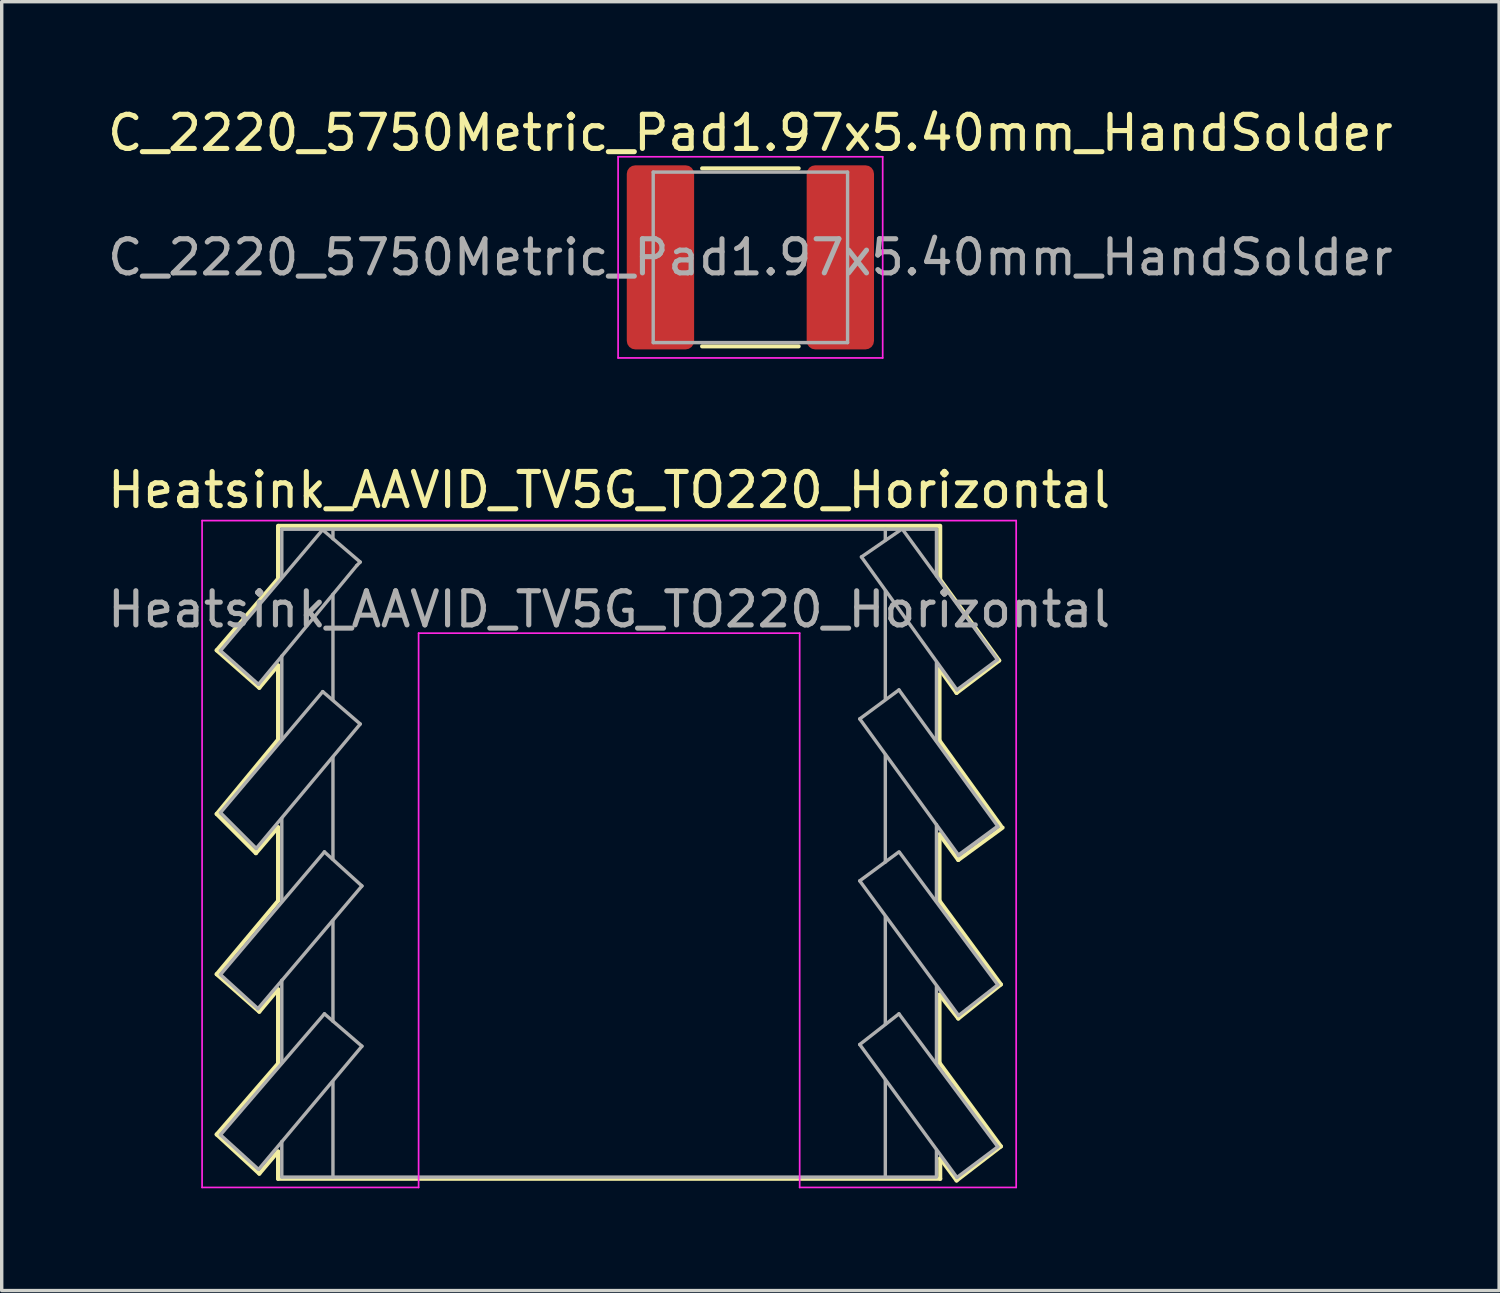
<source format=kicad_pcb>
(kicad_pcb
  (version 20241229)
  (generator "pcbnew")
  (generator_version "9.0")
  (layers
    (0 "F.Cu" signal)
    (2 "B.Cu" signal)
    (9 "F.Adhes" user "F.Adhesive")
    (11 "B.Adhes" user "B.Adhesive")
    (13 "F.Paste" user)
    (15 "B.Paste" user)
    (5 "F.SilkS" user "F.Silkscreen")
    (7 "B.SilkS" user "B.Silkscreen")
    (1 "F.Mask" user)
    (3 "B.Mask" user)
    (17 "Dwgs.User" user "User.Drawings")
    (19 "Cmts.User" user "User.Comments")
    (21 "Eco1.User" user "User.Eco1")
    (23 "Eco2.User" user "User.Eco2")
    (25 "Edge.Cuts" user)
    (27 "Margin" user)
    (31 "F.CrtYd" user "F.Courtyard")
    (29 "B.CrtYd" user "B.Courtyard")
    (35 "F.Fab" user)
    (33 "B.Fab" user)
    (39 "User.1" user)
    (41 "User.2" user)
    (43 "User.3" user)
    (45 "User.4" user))
  (footprint "Heatsink_AAVID_TV5G_TO220_Horizontal"
    (layer "F.Cu")
    (at 14.815 18.822)
    (property "Reference" "Heatsink_AAVID_TV5G_TO220_Horizontal" (at 0 -7.5 0) (layer "F.SilkS") (effects (font (size 1 1) (thickness 0.15))))
    (attr through_hole)
    (fp_line (start -11.51 -2.8) (end -9.7 -4.91) (stroke (width 0.12) (type solid)) (layer "F.SilkS"))
    (fp_line (start -11.51 2) (end -9.71 -0.18) (stroke (width 0.12) (type solid)) (layer "F.SilkS"))
    (fp_line (start -11.51 6.7) (end -9.71 4.55) (stroke (width 0.12) (type solid)) (layer "F.SilkS"))
    (fp_line (start -11.51 11.4) (end -9.71 9.32) (stroke (width 0.12) (type solid)) (layer "F.SilkS"))
    (fp_line (start -10.36 3.15) (end -11.51 2) (stroke (width 0.12) (type solid)) (layer "F.SilkS"))
    (fp_line (start -10.26 -1.7) (end -11.51 -2.8) (stroke (width 0.12) (type solid)) (layer "F.SilkS"))
    (fp_line (start -10.26 7.8) (end -11.51 6.7) (stroke (width 0.12) (type solid)) (layer "F.SilkS"))
    (fp_line (start -10.26 12.55) (end -11.51 11.4) (stroke (width 0.12) (type solid)) (layer "F.SilkS"))
    (fp_line (start -9.71 -4.94) (end -9.71 -6.45) (stroke (width 0.12) (type solid)) (layer "F.SilkS"))
    (fp_line (start -9.71 -2.36) (end -10.26 -1.7) (stroke (width 0.12) (type solid)) (layer "F.SilkS"))
    (fp_line (start -9.71 -0.19) (end -9.71 -2.35) (stroke (width 0.12) (type solid)) (layer "F.SilkS"))
    (fp_line (start -9.71 2.39) (end -10.36 3.15) (stroke (width 0.12) (type solid)) (layer "F.SilkS"))
    (fp_line (start -9.71 4.54) (end -9.71 2.39) (stroke (width 0.12) (type solid)) (layer "F.SilkS"))
    (fp_line (start -9.71 7.14) (end -10.26 7.8) (stroke (width 0.12) (type solid)) (layer "F.SilkS"))
    (fp_line (start -9.71 9.32) (end -9.71 7.15) (stroke (width 0.12) (type solid)) (layer "F.SilkS"))
    (fp_line (start -9.71 11.9) (end -10.26 12.55) (stroke (width 0.12) (type solid)) (layer "F.SilkS"))
    (fp_line (start -9.71 12.7) (end -9.71 11.9) (stroke (width 0.12) (type solid)) (layer "F.SilkS"))
    (fp_line (start -9.69 -6.45) (end 9.69 -6.45) (stroke (width 0.12) (type solid)) (layer "F.SilkS"))
    (fp_line (start 9.69 -4.9) (end 11.44 -2.5) (stroke (width 0.12) (type solid)) (layer "F.SilkS"))
    (fp_line (start 9.69 -2.25) (end 9.69 -0.15) (stroke (width 0.12) (type solid)) (layer "F.SilkS"))
    (fp_line (start 9.69 -0.15) (end 11.49 2.35) (stroke (width 0.12) (type solid)) (layer "F.SilkS"))
    (fp_line (start 9.69 2.6) (end 9.69 4.55) (stroke (width 0.12) (type solid)) (layer "F.SilkS"))
    (fp_line (start 9.69 4.55) (end 11.49 7) (stroke (width 0.12) (type solid)) (layer "F.SilkS"))
    (fp_line (start 9.69 7.3) (end 9.69 9.3) (stroke (width 0.12) (type solid)) (layer "F.SilkS"))
    (fp_line (start 9.69 9.3) (end 11.49 11.75) (stroke (width 0.12) (type solid)) (layer "F.SilkS"))
    (fp_line (start 9.71 -6.45) (end 9.71 -4.9) (stroke (width 0.12) (type solid)) (layer "F.SilkS"))
    (fp_line (start 9.71 12.1) (end 9.71 12.7) (stroke (width 0.12) (type solid)) (layer "F.SilkS"))
    (fp_line (start 9.71 12.7) (end -9.71 12.7) (stroke (width 0.12) (type solid)) (layer "F.SilkS"))
    (fp_line (start 10.19 -1.55) (end 9.69 -2.25) (stroke (width 0.12) (type solid)) (layer "F.SilkS"))
    (fp_line (start 10.19 12.75) (end 9.71 12.1) (stroke (width 0.12) (type solid)) (layer "F.SilkS"))
    (fp_line (start 10.24 3.35) (end 9.69 2.6) (stroke (width 0.12) (type solid)) (layer "F.SilkS"))
    (fp_line (start 10.24 8) (end 9.69 7.3) (stroke (width 0.12) (type solid)) (layer "F.SilkS"))
    (fp_line (start 11.44 -2.5) (end 10.19 -1.55) (stroke (width 0.12) (type solid)) (layer "F.SilkS"))
    (fp_line (start 11.49 7) (end 10.24 8) (stroke (width 0.12) (type solid)) (layer "F.SilkS"))
    (fp_line (start 11.49 11.75) (end 10.19 12.75) (stroke (width 0.12) (type solid)) (layer "F.SilkS"))
    (fp_line (start 11.54 2.4) (end 10.24 3.35) (stroke (width 0.12) (type solid)) (layer "F.SilkS"))
    (fp_line (start -11.938 -6.604) (end -11.938 12.954) (stroke (width 0.05) (type default)) (layer "F.CrtYd"))
    (fp_line (start -11.938 12.954) (end -5.588 12.954) (stroke (width 0.05) (type default)) (layer "F.CrtYd"))
    (fp_line (start -5.588 -3.302) (end 5.588 -3.302) (stroke (width 0.05) (type default)) (layer "F.CrtYd"))
    (fp_line (start -5.588 12.954) (end -5.588 -3.302) (stroke (width 0.05) (type default)) (layer "F.CrtYd"))
    (fp_line (start 5.588 -3.302) (end 5.588 12.954) (stroke (width 0.05) (type default)) (layer "F.CrtYd"))
    (fp_line (start 5.588 12.954) (end 11.938 12.954) (stroke (width 0.05) (type default)) (layer "F.CrtYd"))
    (fp_line (start 11.938 -6.604) (end -11.938 -6.604) (stroke (width 0.05) (type default)) (layer "F.CrtYd"))
    (fp_line (start 11.938 12.954) (end 11.938 -6.604) (stroke (width 0.05) (type default)) (layer "F.CrtYd"))
    (fp_line (start -11.4 -2.788) (end -10.285 -1.8) (stroke (width 0.1) (type solid)) (layer "F.Fab"))
    (fp_line (start -11.4 1.962) (end -10.35 3.012) (stroke (width 0.1) (type solid)) (layer "F.Fab"))
    (fp_line (start -11.4 1.962) (end -8.4 -1.588) (stroke (width 0.1) (type solid)) (layer "F.Fab"))
    (fp_line (start -11.4 6.712) (end -8.35 3.112) (stroke (width 0.1) (type solid)) (layer "F.Fab"))
    (fp_line (start -11.4 11.412) (end -10.285 12.425) (stroke (width 0.1) (type solid)) (layer "F.Fab"))
    (fp_line (start -11.4 11.412) (end -8.35 7.862) (stroke (width 0.1) (type solid)) (layer "F.Fab"))
    (fp_line (start -10.35 3.012) (end -7.3 -0.638) (stroke (width 0.1) (type solid)) (layer "F.Fab"))
    (fp_line (start -10.3 7.712) (end -11.4 6.712) (stroke (width 0.1) (type solid)) (layer "F.Fab"))
    (fp_line (start -10.285 -1.8) (end -7.4 -5.288) (stroke (width 0.1) (type solid)) (layer "F.Fab"))
    (fp_line (start -9.6 -6.35) (end -9.6 -4.95) (stroke (width 0.1) (type solid)) (layer "F.Fab"))
    (fp_line (start -9.6 -2.63) (end -9.6 -0.18) (stroke (width 0.1) (type solid)) (layer "F.Fab"))
    (fp_line (start -9.6 2.13) (end -9.6 4.56) (stroke (width 0.1) (type solid)) (layer "F.Fab"))
    (fp_line (start -9.6 6.88) (end -9.6 9.3) (stroke (width 0.1) (type solid)) (layer "F.Fab"))
    (fp_line (start -9.6 11.61) (end -9.6 12.65) (stroke (width 0.1) (type solid)) (layer "F.Fab"))
    (fp_line (start -9.6 12.65) (end 9.6 12.65) (stroke (width 0.1) (type solid)) (layer "F.Fab"))
    (fp_line (start -8.4 -6.338) (end -11.4 -2.788) (stroke (width 0.1) (type solid)) (layer "F.Fab"))
    (fp_line (start -8.35 -6.288) (end -7.3 -5.388) (stroke (width 0.1) (type solid)) (layer "F.Fab"))
    (fp_line (start -8.35 3.112) (end -7.25 4.112) (stroke (width 0.1) (type solid)) (layer "F.Fab"))
    (fp_line (start -8.35 7.862) (end -7.25 8.812) (stroke (width 0.1) (type solid)) (layer "F.Fab"))
    (fp_line (start -8.1 -6.338) (end -8.1 -6.07) (stroke (width 0.1) (type solid)) (layer "F.Fab"))
    (fp_line (start -8.1 -4.44) (end -8.1 -1.35) (stroke (width 0.1) (type solid)) (layer "F.Fab"))
    (fp_line (start -8.1 0.34) (end -8.1 3.33) (stroke (width 0.1) (type solid)) (layer "F.Fab"))
    (fp_line (start -8.1 5.13) (end -8.1 8.08) (stroke (width 0.1) (type solid)) (layer "F.Fab"))
    (fp_line (start -8.1 9.86) (end -8.1 12.65) (stroke (width 0.1) (type solid)) (layer "F.Fab"))
    (fp_line (start -7.3 -5.388) (end -7.4 -5.288) (stroke (width 0.1) (type solid)) (layer "F.Fab"))
    (fp_line (start -7.3 -0.638) (end -8.4 -1.588) (stroke (width 0.1) (type solid)) (layer "F.Fab"))
    (fp_line (start -7.25 4.112) (end -10.3 7.712) (stroke (width 0.1) (type solid)) (layer "F.Fab"))
    (fp_line (start -7.25 8.812) (end -10.26 12.4) (stroke (width 0.1) (type solid)) (layer "F.Fab"))
    (fp_line (start 7.35 -0.788) (end 8.5 -1.638) (stroke (width 0.1) (type solid)) (layer "F.Fab"))
    (fp_line (start 7.35 3.962) (end 8.5 3.112) (stroke (width 0.1) (type solid)) (layer "F.Fab"))
    (fp_line (start 7.35 8.762) (end 10.2 12.662) (stroke (width 0.1) (type solid)) (layer "F.Fab"))
    (fp_line (start 7.4 -5.538) (end 10.2 -1.638) (stroke (width 0.1) (type solid)) (layer "F.Fab"))
    (fp_line (start 8.1 -6.35) (end 8.1 -6.03) (stroke (width 0.1) (type solid)) (layer "F.Fab"))
    (fp_line (start 8.1 -4.538) (end 8.1 -1.388) (stroke (width 0.1) (type solid)) (layer "F.Fab"))
    (fp_line (start 8.1 0.262) (end 8.1 3.412) (stroke (width 0.1) (type solid)) (layer "F.Fab"))
    (fp_line (start 8.1 5.012) (end 8.1 8.162) (stroke (width 0.1) (type solid)) (layer "F.Fab"))
    (fp_line (start 8.1 9.812) (end 8.1 12.612) (stroke (width 0.1) (type solid)) (layer "F.Fab"))
    (fp_line (start 8.5 -1.638) (end 11.4 2.362) (stroke (width 0.1) (type solid)) (layer "F.Fab"))
    (fp_line (start 8.5 7.862) (end 7.35 8.762) (stroke (width 0.1) (type solid)) (layer "F.Fab"))
    (fp_line (start 8.515 3.125) (end 11.4 7.012) (stroke (width 0.1) (type solid)) (layer "F.Fab"))
    (fp_line (start 8.55 -6.33) (end 7.4 -5.538) (stroke (width 0.1) (type solid)) (layer "F.Fab"))
    (fp_line (start 9.6 -6.35) (end -9.6 -6.35) (stroke (width 0.1) (type solid)) (layer "F.Fab"))
    (fp_line (start 9.6 -6.338) (end 9.6 -4.98) (stroke (width 0.1) (type solid)) (layer "F.Fab"))
    (fp_line (start 9.6 -2.438) (end 9.6 -0.138) (stroke (width 0.1) (type solid)) (layer "F.Fab"))
    (fp_line (start 9.6 2.312) (end 9.6 4.562) (stroke (width 0.1) (type solid)) (layer "F.Fab"))
    (fp_line (start 9.6 7.062) (end 9.6 9.312) (stroke (width 0.1) (type solid)) (layer "F.Fab"))
    (fp_line (start 9.6 11.862) (end 9.6 12.612) (stroke (width 0.1) (type solid)) (layer "F.Fab"))
    (fp_line (start 10.2 -1.638) (end 11.39 -2.525) (stroke (width 0.1) (type solid)) (layer "F.Fab"))
    (fp_line (start 10.2 12.662) (end 11.4 11.762) (stroke (width 0.1) (type solid)) (layer "F.Fab"))
    (fp_line (start 10.25 3.212) (end 7.35 -0.788) (stroke (width 0.1) (type solid)) (layer "F.Fab"))
    (fp_line (start 10.25 7.912) (end 7.35 3.962) (stroke (width 0.1) (type solid)) (layer "F.Fab"))
    (fp_line (start 11.39 -2.525) (end 8.61 -6.34) (stroke (width 0.1) (type solid)) (layer "F.Fab"))
    (fp_line (start 11.39 2.375) (end 10.25 3.212) (stroke (width 0.12) (type solid)) (layer "F.Fab"))
    (fp_line (start 11.4 7.012) (end 10.25 7.912) (stroke (width 0.1) (type solid)) (layer "F.Fab"))
    (fp_line (start 11.4 11.762) (end 8.5 7.862) (stroke (width 0.1) (type solid)) (layer "F.Fab"))
    (fp_line (start -0.254 0) (end 0.254 0) (stroke (width 0.1) (type default)) (layer "User.1"))
    (fp_line (start 0 -0.254) (end 0 0.254) (stroke (width 0.1) (type default)) (layer "User.1"))
    (fp_text user "${REFERENCE}" (at 0 -4 0) (layer "F.Fab") (effects (font (size 1 1) (thickness 0.15)))))
  (footprint "C_2220_5750Metric_Pad1.97x5.40mm_HandSolder"
    (layer "F.Cu")
    (at 18.958 4.498)
    (property "Reference" "C_2220_5750Metric_Pad1.97x5.40mm_HandSolder" (at 0 -3.65 0) (layer "F.SilkS") (effects (font (size 1 1) (thickness 0.15))))
    (attr smd)
    (fp_line (start -1.416 -2.61) (end 1.416 -2.61) (stroke (width 0.12) (type solid)) (layer "F.SilkS"))
    (fp_line (start -1.416 2.61) (end 1.416 2.61) (stroke (width 0.12) (type solid)) (layer "F.SilkS"))
    (fp_line (start -3.88 -2.95) (end 3.88 -2.95) (stroke (width 0.05) (type solid)) (layer "F.CrtYd"))
    (fp_line (start -3.88 2.95) (end -3.88 -2.95) (stroke (width 0.05) (type solid)) (layer "F.CrtYd"))
    (fp_line (start 3.88 -2.95) (end 3.88 2.95) (stroke (width 0.05) (type solid)) (layer "F.CrtYd"))
    (fp_line (start 3.88 2.95) (end -3.88 2.95) (stroke (width 0.05) (type solid)) (layer "F.CrtYd"))
    (fp_line (start -2.85 -2.5) (end 2.85 -2.5) (stroke (width 0.1) (type solid)) (layer "F.Fab"))
    (fp_line (start -2.85 2.5) (end -2.85 -2.5) (stroke (width 0.1) (type solid)) (layer "F.Fab"))
    (fp_line (start 2.85 -2.5) (end 2.85 2.5) (stroke (width 0.1) (type solid)) (layer "F.Fab"))
    (fp_line (start 2.85 2.5) (end -2.85 2.5) (stroke (width 0.1) (type solid)) (layer "F.Fab"))
    (fp_text user "${REFERENCE}" (at 0 0 0) (layer "F.Fab") (effects (font (size 1 1) (thickness 0.15))))
    (pad "1" smd roundrect (at -2.638 0) (size 1.975 5.4) (layers "F.Cu" "F.Mask" "F.Paste") (roundrect_rratio 0.127))
    (pad "2" smd roundrect (at 2.638 0) (size 1.975 5.4) (layers "F.Cu" "F.Mask" "F.Paste") (roundrect_rratio 0.127)))
  (gr_rect
    (start -3 -3)
    (end 40.917 34.8)
    (stroke (width 0.1) (type default))
    (fill no)
    (layer "Edge.Cuts")))
</source>
